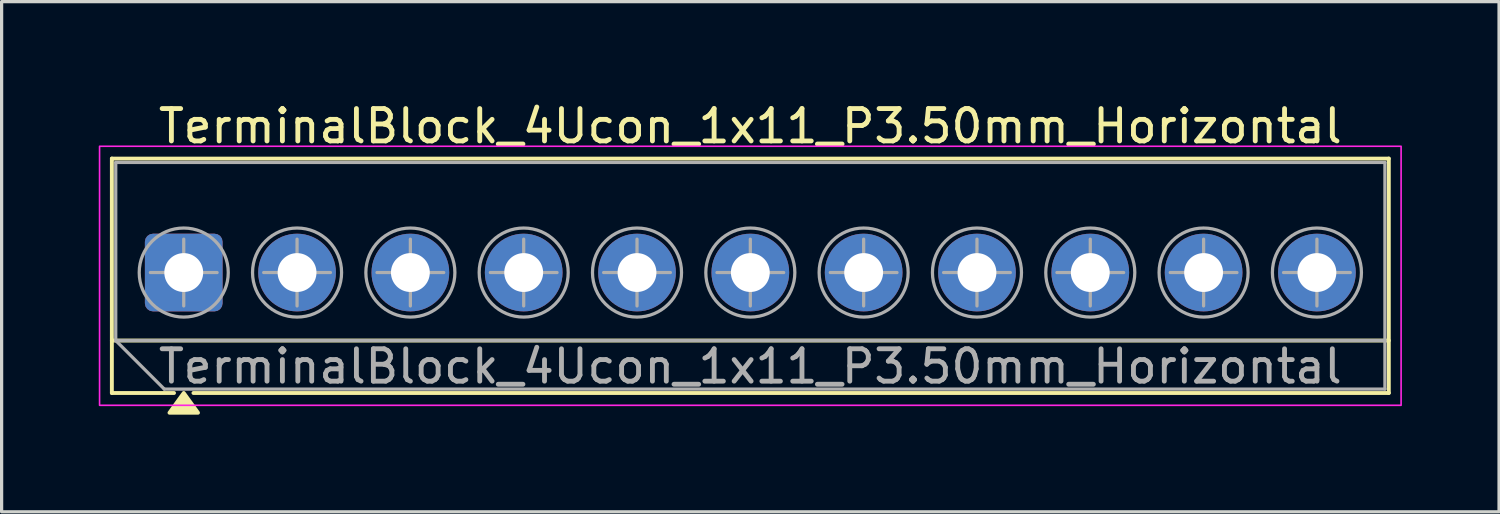
<source format=kicad_pcb>
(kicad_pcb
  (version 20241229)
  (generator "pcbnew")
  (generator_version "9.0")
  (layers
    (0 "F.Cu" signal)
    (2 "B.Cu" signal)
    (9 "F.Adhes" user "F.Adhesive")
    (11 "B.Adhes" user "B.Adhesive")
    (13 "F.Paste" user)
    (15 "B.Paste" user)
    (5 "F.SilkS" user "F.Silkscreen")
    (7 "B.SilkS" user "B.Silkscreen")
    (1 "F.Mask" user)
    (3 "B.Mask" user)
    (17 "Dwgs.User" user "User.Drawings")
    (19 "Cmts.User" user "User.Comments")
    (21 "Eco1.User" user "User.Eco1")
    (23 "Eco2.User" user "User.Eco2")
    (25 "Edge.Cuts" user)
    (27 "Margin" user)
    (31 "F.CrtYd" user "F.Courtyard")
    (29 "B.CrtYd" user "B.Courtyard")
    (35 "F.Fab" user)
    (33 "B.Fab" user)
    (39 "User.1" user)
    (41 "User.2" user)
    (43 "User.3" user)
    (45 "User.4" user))
  (footprint "TerminalBlock_4Ucon_1x11_P3.50mm_Horizontal"
    (layer "F.Cu")
    (at 2.625 5.368)
    (property "Reference" "TerminalBlock_4Ucon_1x11_P3.50mm_Horizontal" (at 17.5 -4.52 0) (layer "F.SilkS") (effects (font (size 1 1) (thickness 0.15))))
    (attr through_hole)
    (fp_line (start -2.22 -3.52) (end 37.22 -3.52) (stroke (width 0.12) (type solid)) (layer "F.SilkS"))
    (fp_line (start -2.22 2.1) (end 37.22 2.1) (stroke (width 0.12) (type solid)) (layer "F.SilkS"))
    (fp_line (start -2.22 3.72) (end -2.22 -3.52) (stroke (width 0.12) (type solid)) (layer "F.SilkS"))
    (fp_line (start -0.3 3.72) (end -2.22 3.72) (stroke (width 0.12) (type solid)) (layer "F.SilkS"))
    (fp_line (start 37.22 -3.52) (end 37.22 3.72) (stroke (width 0.12) (type solid)) (layer "F.SilkS"))
    (fp_line (start 37.22 3.72) (end 0.3 3.72) (stroke (width 0.12) (type solid)) (layer "F.SilkS"))
    (fp_poly (pts (xy 0 3.72) (xy 0.44 4.33) (xy -0.44 4.33)) (stroke (width 0.12) (type solid)) (fill yes) (layer "F.SilkS"))
    (fp_rect (start -2.6 -3.9) (end 37.6 4.1) (stroke (width 0.05) (type solid)) (fill no) (layer "F.CrtYd"))
    (fp_line (start -2.1 -3.4) (end 37.1 -3.4) (stroke (width 0.1) (type solid)) (layer "F.Fab"))
    (fp_line (start -2.1 2.1) (end -2.1 -3.4) (stroke (width 0.1) (type solid)) (layer "F.Fab"))
    (fp_line (start -2.1 2.1) (end 37.1 2.1) (stroke (width 0.1) (type solid)) (layer "F.Fab"))
    (fp_line (start -1.031 0) (end 1.031 0) (stroke (width 0.1) (type solid)) (layer "F.Fab"))
    (fp_line (start -0.6 3.6) (end -2.1 2.1) (stroke (width 0.1) (type solid)) (layer "F.Fab"))
    (fp_line (start 0 -1.031) (end 0 1.031) (stroke (width 0.1) (type solid)) (layer "F.Fab"))
    (fp_line (start 2.469 0) (end 4.531 0) (stroke (width 0.1) (type solid)) (layer "F.Fab"))
    (fp_line (start 3.5 -1.031) (end 3.5 1.031) (stroke (width 0.1) (type solid)) (layer "F.Fab"))
    (fp_line (start 5.969 0) (end 8.031 0) (stroke (width 0.1) (type solid)) (layer "F.Fab"))
    (fp_line (start 7 -1.031) (end 7 1.031) (stroke (width 0.1) (type solid)) (layer "F.Fab"))
    (fp_line (start 9.469 0) (end 11.531 0) (stroke (width 0.1) (type solid)) (layer "F.Fab"))
    (fp_line (start 10.5 -1.031) (end 10.5 1.031) (stroke (width 0.1) (type solid)) (layer "F.Fab"))
    (fp_line (start 12.969 0) (end 15.031 0) (stroke (width 0.1) (type solid)) (layer "F.Fab"))
    (fp_line (start 14 -1.031) (end 14 1.031) (stroke (width 0.1) (type solid)) (layer "F.Fab"))
    (fp_line (start 16.469 0) (end 18.531 0) (stroke (width 0.1) (type solid)) (layer "F.Fab"))
    (fp_line (start 17.5 -1.031) (end 17.5 1.031) (stroke (width 0.1) (type solid)) (layer "F.Fab"))
    (fp_line (start 19.969 0) (end 22.031 0) (stroke (width 0.1) (type solid)) (layer "F.Fab"))
    (fp_line (start 21 -1.031) (end 21 1.031) (stroke (width 0.1) (type solid)) (layer "F.Fab"))
    (fp_line (start 23.469 0) (end 25.531 0) (stroke (width 0.1) (type solid)) (layer "F.Fab"))
    (fp_line (start 24.5 -1.031) (end 24.5 1.031) (stroke (width 0.1) (type solid)) (layer "F.Fab"))
    (fp_line (start 26.969 0) (end 29.031 0) (stroke (width 0.1) (type solid)) (layer "F.Fab"))
    (fp_line (start 28 -1.031) (end 28 1.031) (stroke (width 0.1) (type solid)) (layer "F.Fab"))
    (fp_line (start 30.469 0) (end 32.531 0) (stroke (width 0.1) (type solid)) (layer "F.Fab"))
    (fp_line (start 31.5 -1.031) (end 31.5 1.031) (stroke (width 0.1) (type solid)) (layer "F.Fab"))
    (fp_line (start 33.969 0) (end 36.031 0) (stroke (width 0.1) (type solid)) (layer "F.Fab"))
    (fp_line (start 35 -1.031) (end 35 1.031) (stroke (width 0.1) (type solid)) (layer "F.Fab"))
    (fp_line (start 37.1 -3.4) (end 37.1 3.6) (stroke (width 0.1) (type solid)) (layer "F.Fab"))
    (fp_line (start 37.1 3.6) (end -0.6 3.6) (stroke (width 0.1) (type solid)) (layer "F.Fab"))
    (fp_circle (center 0 0) (end 1.375 0) (stroke (width 0.1) (type solid)) (fill no) (layer "F.Fab"))
    (fp_circle (center 3.5 0) (end 4.875 0) (stroke (width 0.1) (type solid)) (fill no) (layer "F.Fab"))
    (fp_circle (center 7 0) (end 8.375 0) (stroke (width 0.1) (type solid)) (fill no) (layer "F.Fab"))
    (fp_circle (center 10.5 0) (end 11.875 0) (stroke (width 0.1) (type solid)) (fill no) (layer "F.Fab"))
    (fp_circle (center 14 0) (end 15.375 0) (stroke (width 0.1) (type solid)) (fill no) (layer "F.Fab"))
    (fp_circle (center 17.5 0) (end 18.875 0) (stroke (width 0.1) (type solid)) (fill no) (layer "F.Fab"))
    (fp_circle (center 21 0) (end 22.375 0) (stroke (width 0.1) (type solid)) (fill no) (layer "F.Fab"))
    (fp_circle (center 24.5 0) (end 25.875 0) (stroke (width 0.1) (type solid)) (fill no) (layer "F.Fab"))
    (fp_circle (center 28 0) (end 29.375 0) (stroke (width 0.1) (type solid)) (fill no) (layer "F.Fab"))
    (fp_circle (center 31.5 0) (end 32.875 0) (stroke (width 0.1) (type solid)) (fill no) (layer "F.Fab"))
    (fp_circle (center 35 0) (end 36.375 0) (stroke (width 0.1) (type solid)) (fill no) (layer "F.Fab"))
    (fp_text user "${REFERENCE}" (at 17.5 2.9 0) (layer "F.Fab") (effects (font (size 1 1) (thickness 0.15))))
    (pad "1" thru_hole roundrect (at 0 0) (size 2.4 2.4) (drill 1.2) (layers "*.Cu" "*.Mask") (roundrect_rratio 0.104))
    (pad "2" thru_hole circle (at 3.5 0) (size 2.4 2.4) (drill 1.2) (layers "*.Cu" "*.Mask"))
    (pad "3" thru_hole circle (at 7 0) (size 2.4 2.4) (drill 1.2) (layers "*.Cu" "*.Mask"))
    (pad "4" thru_hole circle (at 10.5 0) (size 2.4 2.4) (drill 1.2) (layers "*.Cu" "*.Mask"))
    (pad "5" thru_hole circle (at 14 0) (size 2.4 2.4) (drill 1.2) (layers "*.Cu" "*.Mask"))
    (pad "6" thru_hole circle (at 17.5 0) (size 2.4 2.4) (drill 1.2) (layers "*.Cu" "*.Mask"))
    (pad "7" thru_hole circle (at 21 0) (size 2.4 2.4) (drill 1.2) (layers "*.Cu" "*.Mask"))
    (pad "8" thru_hole circle (at 24.5 0) (size 2.4 2.4) (drill 1.2) (layers "*.Cu" "*.Mask"))
    (pad "9" thru_hole circle (at 28 0) (size 2.4 2.4) (drill 1.2) (layers "*.Cu" "*.Mask"))
    (pad "10" thru_hole circle (at 31.5 0) (size 2.4 2.4) (drill 1.2) (layers "*.Cu" "*.Mask"))
    (pad "11" thru_hole circle (at 35 0) (size 2.4 2.4) (drill 1.2) (layers "*.Cu" "*.Mask")))
  (gr_rect
    (start -3 -3)
    (end 43.25 12.758)
    (stroke (width 0.1) (type default))
    (fill no)
    (layer "Edge.Cuts")))
</source>
